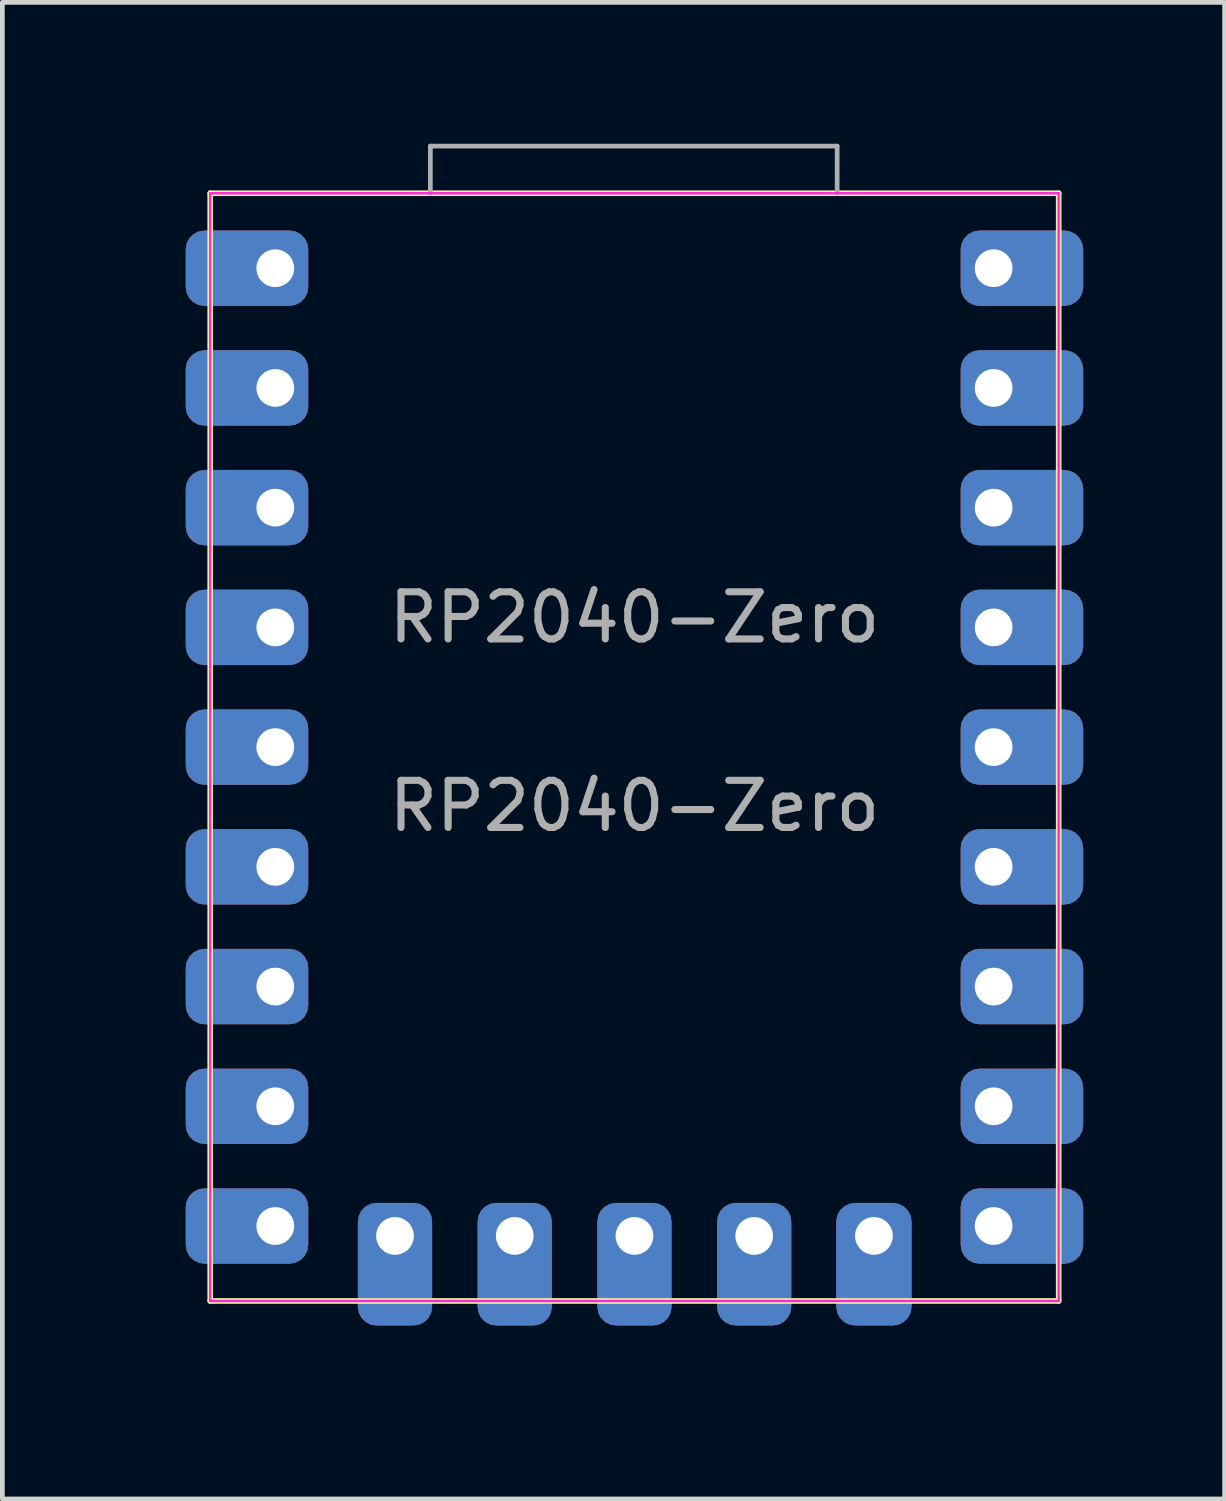
<source format=kicad_pcb>
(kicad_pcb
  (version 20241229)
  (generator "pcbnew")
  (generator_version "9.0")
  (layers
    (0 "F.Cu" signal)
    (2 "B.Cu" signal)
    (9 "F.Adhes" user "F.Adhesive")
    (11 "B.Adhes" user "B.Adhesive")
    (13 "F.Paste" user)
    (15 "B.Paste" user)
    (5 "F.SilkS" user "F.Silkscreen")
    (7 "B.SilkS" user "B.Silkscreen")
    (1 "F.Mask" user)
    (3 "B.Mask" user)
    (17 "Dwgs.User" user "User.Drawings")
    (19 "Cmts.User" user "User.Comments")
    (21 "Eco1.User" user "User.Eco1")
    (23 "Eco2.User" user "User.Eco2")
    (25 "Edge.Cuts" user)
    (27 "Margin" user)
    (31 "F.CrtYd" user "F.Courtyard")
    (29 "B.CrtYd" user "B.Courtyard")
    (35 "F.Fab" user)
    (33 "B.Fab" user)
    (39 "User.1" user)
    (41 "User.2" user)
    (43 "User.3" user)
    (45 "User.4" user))
  (footprint "RP2040-Zero"
    (layer "F.Cu")
    (at 0.25 25.5)
    (property "Reference" "RP2040-Zero" (at 10.16 -15.45 0) (unlocked yes) (layer "F.Fab") (effects (font (size 1 1) (thickness 0.15))))
    (attr through_hole)
    (fp_line (start 1.16 -24.45) (end 1.16 -0.95) (stroke (width 0.12) (type solid)) (layer "F.SilkS"))
    (fp_line (start 1.16 -0.95) (end 19.16 -0.95) (stroke (width 0.12) (type solid)) (layer "F.SilkS"))
    (fp_line (start 19.16 -24.45) (end 1.16 -24.45) (stroke (width 0.12) (type solid)) (layer "F.SilkS"))
    (fp_line (start 19.16 -0.95) (end 19.16 -24.45) (stroke (width 0.12) (type solid)) (layer "F.SilkS"))
    (fp_line (start 1.16 -24.45) (end 19.16 -24.45) (stroke (width 0.05) (type solid)) (layer "F.CrtYd"))
    (fp_line (start 1.16 -0.95) (end 1.16 -24.45) (stroke (width 0.05) (type solid)) (layer "F.CrtYd"))
    (fp_line (start 19.16 -24.45) (end 19.16 -0.95) (stroke (width 0.05) (type solid)) (layer "F.CrtYd"))
    (fp_line (start 19.16 -0.95) (end 1.16 -0.95) (stroke (width 0.05) (type solid)) (layer "F.CrtYd"))
    (fp_line (start 5.83 -25.45) (end 5.83 -24.45) (stroke (width 0.1) (type solid)) (layer "F.Fab"))
    (fp_line (start 5.83 -25.45) (end 14.46 -25.45) (stroke (width 0.1) (type solid)) (layer "F.Fab"))
    (fp_line (start 14.46 -25.45) (end 14.46 -24.45) (stroke (width 0.1) (type solid)) (layer "F.Fab"))
    (fp_text user "${REFERENCE}" (at 10.16 -11.45 0) (unlocked yes) (layer "F.Fab") (effects (font (size 1 1) (thickness 0.15))))
    (pad "1" thru_hole roundrect (at 17.78 -22.86) (size 2.6 1.6) (drill 0.8 (offset 0.6 0)) (layers "*.Cu" "*.Mask") (roundrect_rratio 0.25))
    (pad "2" thru_hole roundrect (at 17.78 -20.32) (size 2.6 1.6) (drill 0.8 (offset 0.6 0)) (layers "*.Cu" "*.Mask") (roundrect_rratio 0.25))
    (pad "3" thru_hole roundrect (at 17.78 -17.78) (size 2.6 1.6) (drill 0.8 (offset 0.6 0)) (layers "*.Cu" "*.Mask") (roundrect_rratio 0.25))
    (pad "4" thru_hole roundrect (at 17.78 -15.24) (size 2.6 1.6) (drill 0.8 (offset 0.6 0)) (layers "*.Cu" "*.Mask") (roundrect_rratio 0.25))
    (pad "5" thru_hole roundrect (at 17.78 -12.7) (size 2.6 1.6) (drill 0.8 (offset 0.6 0)) (layers "*.Cu" "*.Mask") (roundrect_rratio 0.25))
    (pad "6" thru_hole roundrect (at 17.78 -10.16) (size 2.6 1.6) (drill 0.8 (offset 0.6 0)) (layers "*.Cu" "*.Mask") (roundrect_rratio 0.25))
    (pad "7" thru_hole roundrect (at 17.78 -7.62) (size 2.6 1.6) (drill 0.8 (offset 0.6 0)) (layers "*.Cu" "*.Mask") (roundrect_rratio 0.25))
    (pad "8" thru_hole roundrect (at 17.78 -5.08) (size 2.6 1.6) (drill 0.8 (offset 0.6 0)) (layers "*.Cu" "*.Mask") (roundrect_rratio 0.25))
    (pad "9" thru_hole roundrect (at 17.78 -2.54) (size 2.6 1.6) (drill 0.8 (offset 0.6 0)) (layers "*.Cu" "*.Mask") (roundrect_rratio 0.25))
    (pad "10" thru_hole roundrect (at 15.24 -2.33) (size 1.6 2.6) (drill 0.8 (offset 0 0.6)) (layers "*.Cu" "*.Mask") (roundrect_rratio 0.25))
    (pad "11" thru_hole roundrect (at 12.7 -2.33) (size 1.575 2.6) (drill 0.8 (offset 0 0.6)) (layers "*.Cu" "*.Mask") (roundrect_rratio 0.25))
    (pad "12" thru_hole roundrect (at 10.16 -2.33) (size 1.575 2.6) (drill 0.8 (offset 0 0.6)) (layers "*.Cu" "*.Mask") (roundrect_rratio 0.25))
    (pad "13" thru_hole roundrect (at 7.62 -2.33) (size 1.575 2.6) (drill 0.8 (offset 0 0.6)) (layers "*.Cu" "*.Mask") (roundrect_rratio 0.25))
    (pad "14" thru_hole roundrect (at 5.08 -2.33) (size 1.575 2.6) (drill 0.8 (offset 0 0.6)) (layers "*.Cu" "*.Mask") (roundrect_rratio 0.25))
    (pad "15" thru_hole roundrect (at 2.54 -2.54) (size 2.6 1.6) (drill 0.8 (offset -0.6 0)) (layers "*.Cu" "*.Mask") (roundrect_rratio 0.25))
    (pad "16" thru_hole roundrect (at 2.54 -5.08) (size 2.6 1.6) (drill 0.8 (offset -0.6 0)) (layers "*.Cu" "*.Mask") (roundrect_rratio 0.25))
    (pad "17" thru_hole roundrect (at 2.54 -7.62) (size 2.6 1.6) (drill 0.8 (offset -0.6 0)) (layers "*.Cu" "*.Mask") (roundrect_rratio 0.25))
    (pad "18" thru_hole roundrect (at 2.54 -10.16) (size 2.6 1.6) (drill 0.8 (offset -0.6 0)) (layers "*.Cu" "*.Mask") (roundrect_rratio 0.25))
    (pad "19" thru_hole roundrect (at 2.54 -12.7) (size 2.6 1.6) (drill 0.8 (offset -0.6 0)) (layers "*.Cu" "*.Mask") (roundrect_rratio 0.25))
    (pad "20" thru_hole roundrect (at 2.54 -15.24) (size 2.6 1.6) (drill 0.8 (offset -0.6 0)) (layers "*.Cu" "*.Mask") (roundrect_rratio 0.25))
    (pad "21" thru_hole roundrect (at 2.54 -17.78) (size 2.6 1.6) (drill 0.8 (offset -0.6 0)) (layers "*.Cu" "*.Mask") (roundrect_rratio 0.25))
    (pad "22" thru_hole roundrect (at 2.54 -22.86) (size 2.6 1.6) (drill 0.8 (offset -0.6 0)) (layers "*.Cu" "*.Mask") (roundrect_rratio 0.25))
    (pad "23" thru_hole roundrect (at 2.54 -20.32) (size 2.6 1.6) (drill 0.8 (offset -0.6 0)) (layers "*.Cu" "*.Mask") (roundrect_rratio 0.25)))
  (gr_rect
    (start -3 -3)
    (end 22.93 28.75)
    (stroke (width 0.1) (type default))
    (fill no)
    (layer "Edge.Cuts")))
</source>
